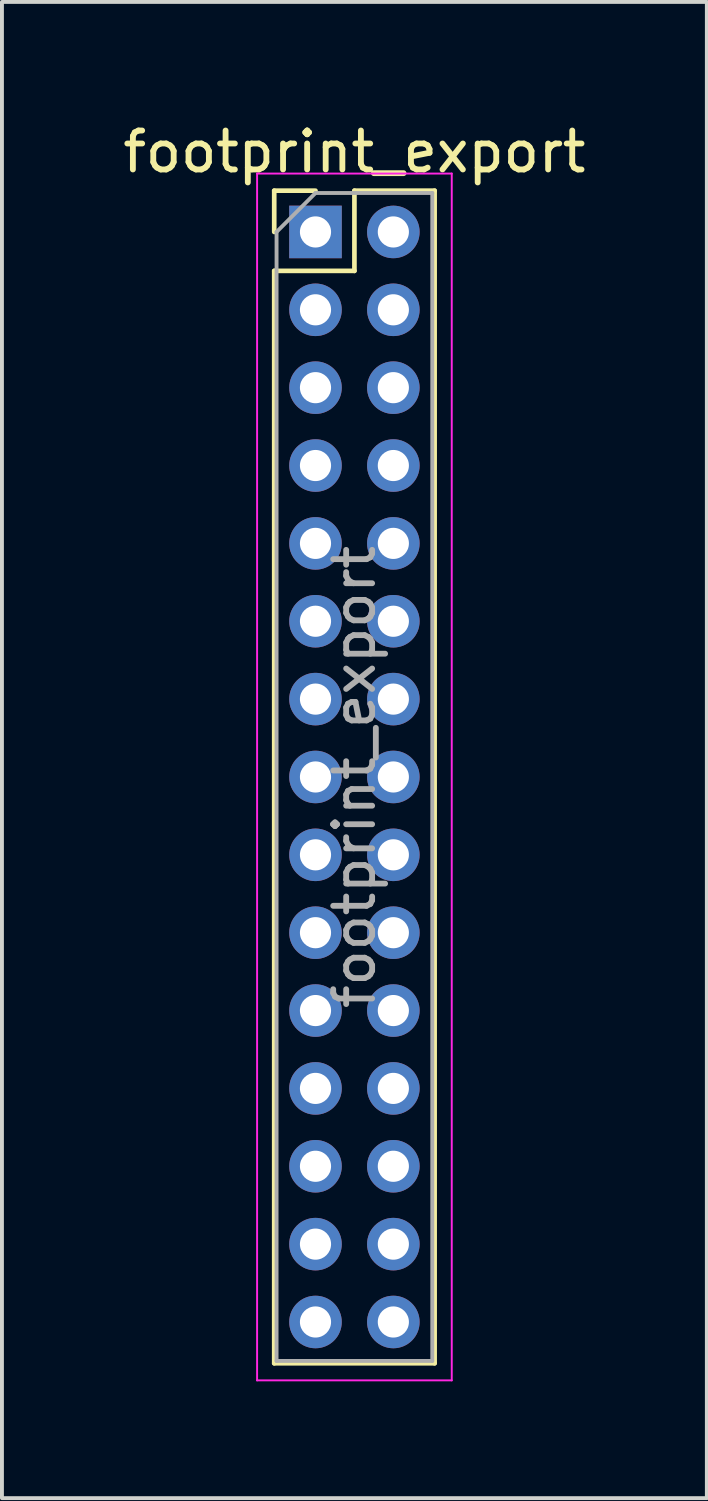
<source format=kicad_pcb>
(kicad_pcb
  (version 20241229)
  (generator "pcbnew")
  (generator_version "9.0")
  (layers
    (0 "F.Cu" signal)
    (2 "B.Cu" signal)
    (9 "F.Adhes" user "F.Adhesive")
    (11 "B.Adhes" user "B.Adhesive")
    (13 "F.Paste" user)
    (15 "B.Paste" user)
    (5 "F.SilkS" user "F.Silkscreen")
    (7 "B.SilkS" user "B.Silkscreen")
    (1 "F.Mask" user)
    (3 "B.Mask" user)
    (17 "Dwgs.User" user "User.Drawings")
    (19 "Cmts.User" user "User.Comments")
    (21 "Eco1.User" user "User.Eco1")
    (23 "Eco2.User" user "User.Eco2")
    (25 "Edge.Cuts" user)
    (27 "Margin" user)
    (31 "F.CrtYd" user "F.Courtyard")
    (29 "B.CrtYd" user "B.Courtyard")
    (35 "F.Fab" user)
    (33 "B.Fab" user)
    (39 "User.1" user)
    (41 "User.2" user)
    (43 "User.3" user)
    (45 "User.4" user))
  (footprint "footprint_export"
    (layer "F.Cu")
    (at 5.054 2.908)
    (property "Reference" "footprint_export" (at 1 -2.06 0) (layer "F.SilkS") (effects (font (size 1 1) (thickness 0.15))))
    (attr through_hole)
    (fp_line (start -1.06 -1.06) (end 0 -1.06) (stroke (width 0.12) (type solid)) (layer "F.SilkS"))
    (fp_line (start -1.06 0) (end -1.06 -1.06) (stroke (width 0.12) (type solid)) (layer "F.SilkS"))
    (fp_line (start -1.06 1) (end -1.06 29.06) (stroke (width 0.12) (type solid)) (layer "F.SilkS"))
    (fp_line (start -1.06 1) (end 1 1) (stroke (width 0.12) (type solid)) (layer "F.SilkS"))
    (fp_line (start -1.06 29.06) (end 3.06 29.06) (stroke (width 0.12) (type solid)) (layer "F.SilkS"))
    (fp_line (start 1 -1.06) (end 3.06 -1.06) (stroke (width 0.12) (type solid)) (layer "F.SilkS"))
    (fp_line (start 1 1) (end 1 -1.06) (stroke (width 0.12) (type solid)) (layer "F.SilkS"))
    (fp_line (start 3.06 -1.06) (end 3.06 29.06) (stroke (width 0.12) (type solid)) (layer "F.SilkS"))
    (fp_line (start -1.5 -1.5) (end -1.5 29.5) (stroke (width 0.05) (type solid)) (layer "F.CrtYd"))
    (fp_line (start -1.5 29.5) (end 3.5 29.5) (stroke (width 0.05) (type solid)) (layer "F.CrtYd"))
    (fp_line (start 3.5 -1.5) (end -1.5 -1.5) (stroke (width 0.05) (type solid)) (layer "F.CrtYd"))
    (fp_line (start 3.5 29.5) (end 3.5 -1.5) (stroke (width 0.05) (type solid)) (layer "F.CrtYd"))
    (fp_line (start -1 0) (end 0 -1) (stroke (width 0.1) (type solid)) (layer "F.Fab"))
    (fp_line (start -1 29) (end -1 0) (stroke (width 0.1) (type solid)) (layer "F.Fab"))
    (fp_line (start 0 -1) (end 3 -1) (stroke (width 0.1) (type solid)) (layer "F.Fab"))
    (fp_line (start 3 -1) (end 3 29) (stroke (width 0.1) (type solid)) (layer "F.Fab"))
    (fp_line (start 3 29) (end -1 29) (stroke (width 0.1) (type solid)) (layer "F.Fab"))
    (fp_text user "${REFERENCE}" (at 1 14 90) (layer "F.Fab") (effects (font (size 1 1) (thickness 0.15))))
    (pad "1" thru_hole rect (at 0 0) (size 1.35 1.35) (drill 0.8) (layers "*.Cu" "*.Mask"))
    (pad "2" thru_hole oval (at 2 0) (size 1.35 1.35) (drill 0.8) (layers "*.Cu" "*.Mask"))
    (pad "3" thru_hole oval (at 0 2) (size 1.35 1.35) (drill 0.8) (layers "*.Cu" "*.Mask"))
    (pad "4" thru_hole oval (at 2 2) (size 1.35 1.35) (drill 0.8) (layers "*.Cu" "*.Mask"))
    (pad "5" thru_hole oval (at 0 4) (size 1.35 1.35) (drill 0.8) (layers "*.Cu" "*.Mask"))
    (pad "6" thru_hole oval (at 2 4) (size 1.35 1.35) (drill 0.8) (layers "*.Cu" "*.Mask"))
    (pad "7" thru_hole oval (at 0 6) (size 1.35 1.35) (drill 0.8) (layers "*.Cu" "*.Mask"))
    (pad "8" thru_hole oval (at 2 6) (size 1.35 1.35) (drill 0.8) (layers "*.Cu" "*.Mask"))
    (pad "9" thru_hole oval (at 0 8) (size 1.35 1.35) (drill 0.8) (layers "*.Cu" "*.Mask"))
    (pad "10" thru_hole oval (at 2 8) (size 1.35 1.35) (drill 0.8) (layers "*.Cu" "*.Mask"))
    (pad "11" thru_hole oval (at 0 10) (size 1.35 1.35) (drill 0.8) (layers "*.Cu" "*.Mask"))
    (pad "12" thru_hole oval (at 2 10) (size 1.35 1.35) (drill 0.8) (layers "*.Cu" "*.Mask"))
    (pad "13" thru_hole oval (at 0 12) (size 1.35 1.35) (drill 0.8) (layers "*.Cu" "*.Mask"))
    (pad "14" thru_hole oval (at 2 12) (size 1.35 1.35) (drill 0.8) (layers "*.Cu" "*.Mask"))
    (pad "15" thru_hole oval (at 0 14) (size 1.35 1.35) (drill 0.8) (layers "*.Cu" "*.Mask"))
    (pad "16" thru_hole oval (at 2 14) (size 1.35 1.35) (drill 0.8) (layers "*.Cu" "*.Mask"))
    (pad "17" thru_hole oval (at 0 16) (size 1.35 1.35) (drill 0.8) (layers "*.Cu" "*.Mask"))
    (pad "18" thru_hole oval (at 2 16) (size 1.35 1.35) (drill 0.8) (layers "*.Cu" "*.Mask"))
    (pad "19" thru_hole oval (at 0 18) (size 1.35 1.35) (drill 0.8) (layers "*.Cu" "*.Mask"))
    (pad "20" thru_hole oval (at 2 18) (size 1.35 1.35) (drill 0.8) (layers "*.Cu" "*.Mask"))
    (pad "21" thru_hole oval (at 0 20) (size 1.35 1.35) (drill 0.8) (layers "*.Cu" "*.Mask"))
    (pad "22" thru_hole oval (at 2 20) (size 1.35 1.35) (drill 0.8) (layers "*.Cu" "*.Mask"))
    (pad "23" thru_hole oval (at 0 22) (size 1.35 1.35) (drill 0.8) (layers "*.Cu" "*.Mask"))
    (pad "24" thru_hole oval (at 2 22) (size 1.35 1.35) (drill 0.8) (layers "*.Cu" "*.Mask"))
    (pad "25" thru_hole oval (at 0 24) (size 1.35 1.35) (drill 0.8) (layers "*.Cu" "*.Mask"))
    (pad "26" thru_hole oval (at 2 24) (size 1.35 1.35) (drill 0.8) (layers "*.Cu" "*.Mask"))
    (pad "27" thru_hole oval (at 0 26) (size 1.35 1.35) (drill 0.8) (layers "*.Cu" "*.Mask"))
    (pad "28" thru_hole oval (at 2 26) (size 1.35 1.35) (drill 0.8) (layers "*.Cu" "*.Mask"))
    (pad "29" thru_hole oval (at 0 28) (size 1.35 1.35) (drill 0.8) (layers "*.Cu" "*.Mask"))
    (pad "30" thru_hole oval (at 2 28) (size 1.35 1.35) (drill 0.8) (layers "*.Cu" "*.Mask")))
  (gr_rect
    (start -3 -3)
    (end 15.107 35.433)
    (stroke (width 0.1) (type default))
    (fill no)
    (layer "Edge.Cuts")))
</source>
